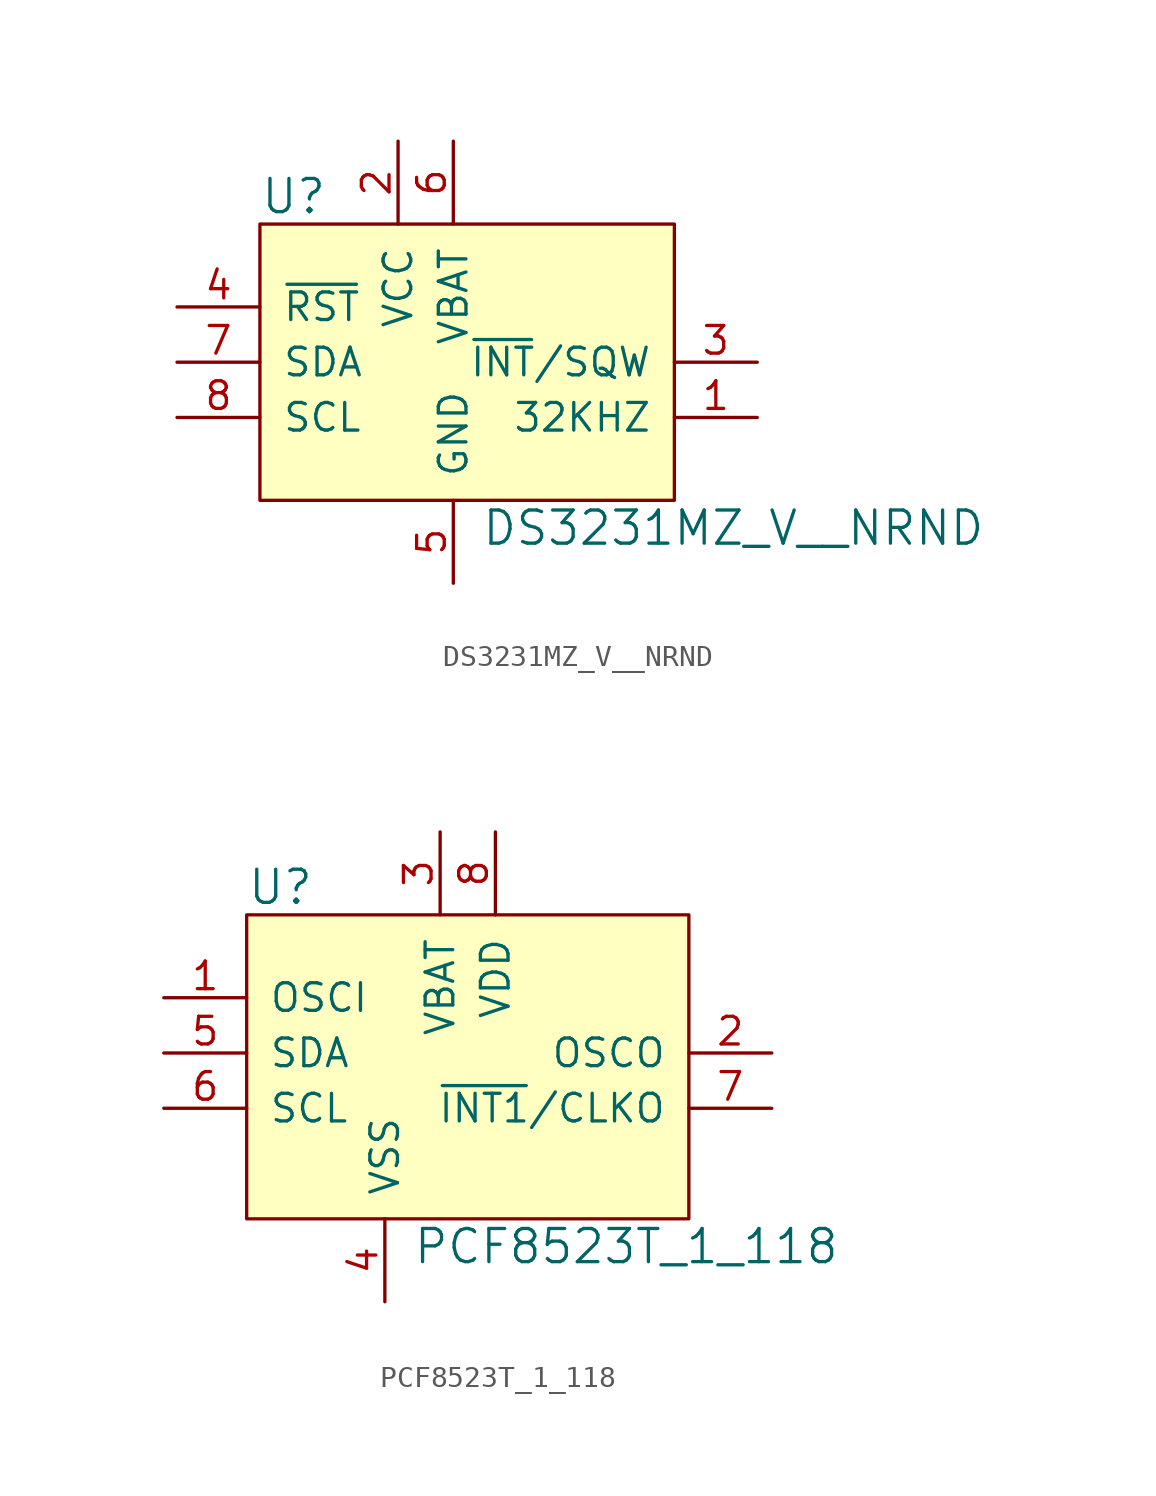
<source format=kicad_sym>
(kicad_symbol_lib
  (version 20211014)
  (generator kicad_symbol_editor)
  (symbol "DS3231MZ_V__NRND"
    (pin_names
      (offset 1.016))
    (property "Reference" "U"
      (at -8.89 7.62 0)
      (effects (font (size 1.524 1.524)) (justify left)))
    (property "Value" "DS3231MZ_V__NRND"
      (at 1.27 -7.62 0)
      (effects (font (size 1.524 1.524)) (justify left)))
    (symbol "DS3231MZ_V__NRND_0_1"
      (rectangle (start -8.89 6.35) (end 10.16 -6.35) (stroke (width 0) (type default) (color 0 0 0 0)) (fill (type background))))
    (symbol "DS3231MZ_V__NRND_1_1"
      (pin output line (at 13.97 -2.54 180) (length 3.81) (name "32KHZ" (effects (font (size 1.27 1.27)))) (number "1" (effects (font (size 1.27 1.27)))))
      (pin power_in line (at -2.54 10.16 270) (length 3.81) (name "VCC" (effects (font (size 1.27 1.27)))) (number "2" (effects (font (size 1.27 1.27)))))
      (pin output line (at 13.97 0 180) (length 3.81) (name "~{INT}/SQW" (effects (font (size 1.27 1.27)))) (number "3" (effects (font (size 1.27 1.27)))))
      (pin input line (at -12.7 2.54 0) (length 3.81) (name "~{RST}" (effects (font (size 1.27 1.27)))) (number "4" (effects (font (size 1.27 1.27)))))
      (pin power_in line (at 0 -10.16 90) (length 3.81) (name "GND" (effects (font (size 1.27 1.27)))) (number "5" (effects (font (size 1.27 1.27)))))
      (pin power_in line (at 0 10.16 270) (length 3.81) (name "VBAT" (effects (font (size 1.27 1.27)))) (number "6" (effects (font (size 1.27 1.27)))))
      (pin bidirectional line (at -12.7 0 0) (length 3.81) (name "SDA" (effects (font (size 1.27 1.27)))) (number "7" (effects (font (size 1.27 1.27)))))
      (pin input line (at -12.7 -2.54 0) (length 3.81) (name "SCL" (effects (font (size 1.27 1.27)))) (number "8" (effects (font (size 1.27 1.27)))))))
  (symbol "PCF8523T_1_118"
    (pin_names
      (offset 1.016))
    (property "Reference" "U"
      (at -8.89 7.62 0)
      (effects (font (size 1.524 1.524)) (justify left)))
    (property "Value" "PCF8523T_1_118"
      (at -1.27 -8.89 0)
      (effects (font (size 1.524 1.524)) (justify left)))
    (symbol "PCF8523T_1_118_0_1"
      (rectangle (start -8.89 6.35) (end 11.43 -7.62) (stroke (width 0) (type default) (color 0 0 0 0)) (fill (type background))))
    (symbol "PCF8523T_1_118_1_1"
      (pin input line (at -12.7 2.54 0) (length 3.81) (name "OSCI" (effects (font (size 1.27 1.27)))) (number "1" (effects (font (size 1.27 1.27)))))
      (pin output line (at 15.24 0 180) (length 3.81) (name "OSCO" (effects (font (size 1.27 1.27)))) (number "2" (effects (font (size 1.27 1.27)))))
      (pin power_in line (at 0 10.16 270) (length 3.81) (name "VBAT" (effects (font (size 1.27 1.27)))) (number "3" (effects (font (size 1.27 1.27)))))
      (pin power_in line (at -2.54 -11.43 90) (length 3.81) (name "VSS" (effects (font (size 1.27 1.27)))) (number "4" (effects (font (size 1.27 1.27)))))
      (pin bidirectional line (at -12.7 0 0) (length 3.81) (name "SDA" (effects (font (size 1.27 1.27)))) (number "5" (effects (font (size 1.27 1.27)))))
      (pin input line (at -12.7 -2.54 0) (length 3.81) (name "SCL" (effects (font (size 1.27 1.27)))) (number "6" (effects (font (size 1.27 1.27)))))
      (pin output line (at 15.24 -2.54 180) (length 3.81) (name "~{INT1}/CLKO" (effects (font (size 1.27 1.27)))) (number "7" (effects (font (size 1.27 1.27)))))
      (pin power_in line (at 2.54 10.16 270) (length 3.81) (name "VDD" (effects (font (size 1.27 1.27)))) (number "8" (effects (font (size 1.27 1.27))))))))
</source>
